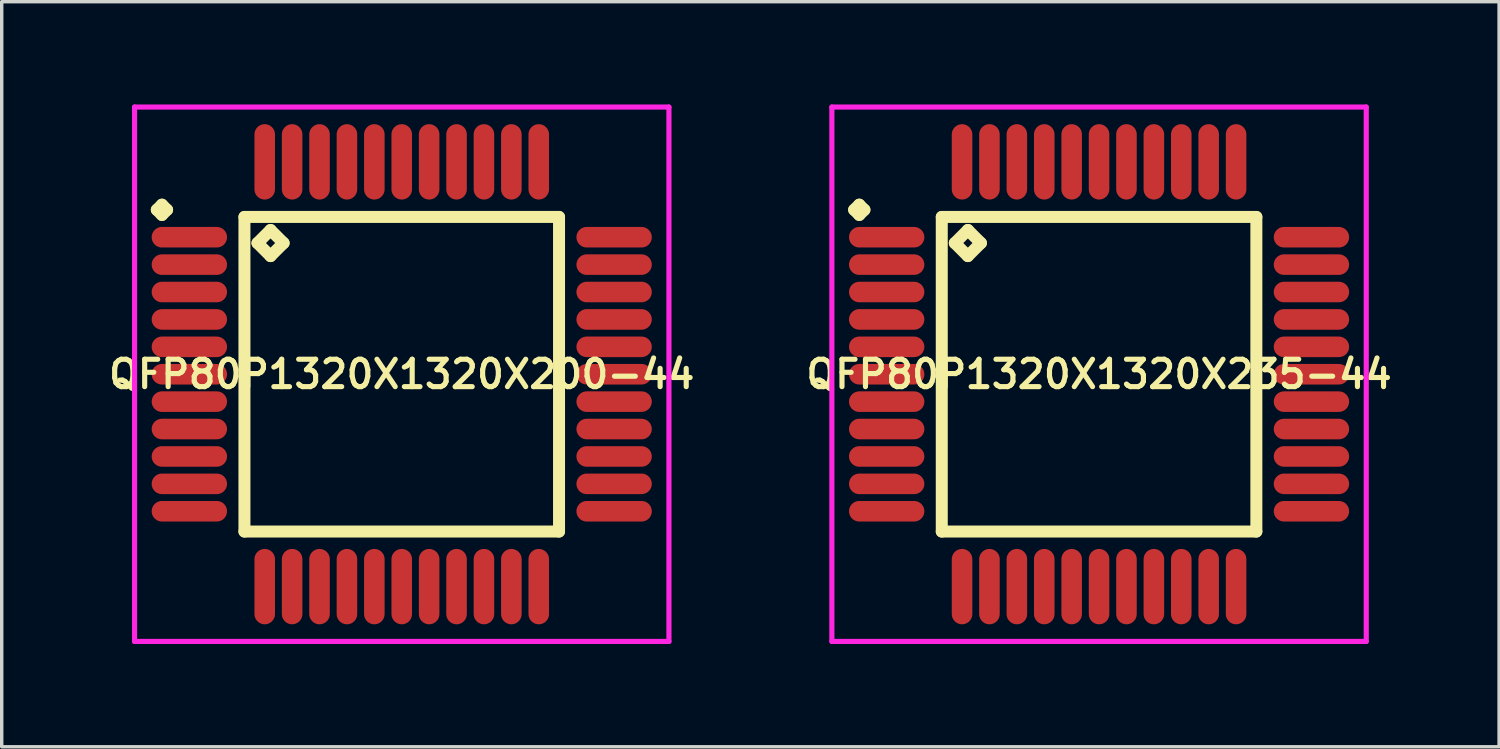
<source format=kicad_pcb>
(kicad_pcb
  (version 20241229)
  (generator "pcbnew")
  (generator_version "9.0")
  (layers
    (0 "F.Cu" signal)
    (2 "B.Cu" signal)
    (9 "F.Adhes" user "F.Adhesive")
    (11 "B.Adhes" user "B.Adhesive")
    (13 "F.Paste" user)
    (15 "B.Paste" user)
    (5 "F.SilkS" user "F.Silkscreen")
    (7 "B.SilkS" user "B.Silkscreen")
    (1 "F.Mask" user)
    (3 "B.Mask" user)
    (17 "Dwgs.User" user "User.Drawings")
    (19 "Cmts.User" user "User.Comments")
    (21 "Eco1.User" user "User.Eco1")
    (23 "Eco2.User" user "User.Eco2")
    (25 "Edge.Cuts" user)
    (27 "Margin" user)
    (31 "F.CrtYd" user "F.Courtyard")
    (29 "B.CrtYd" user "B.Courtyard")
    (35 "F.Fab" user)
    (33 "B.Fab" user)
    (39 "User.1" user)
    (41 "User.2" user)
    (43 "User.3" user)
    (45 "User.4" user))
  (footprint "QFP80P1320X1320X200-44"
    (layer "F.Cu")
    (at 8.678 7.875)
    (property "Reference" "QFP80P1320X1320X200-44" (at 0 0 0) (layer "F.SilkS") (effects (font (size 0.8 0.8) (thickness 0.15))))
    (attr smd)
    (fp_line (start -7.15 -4.8) (end -7 -4.95) (stroke (width 0.35) (type solid)) (layer "F.SilkS"))
    (fp_line (start -7 -4.95) (end -6.85 -4.8) (stroke (width 0.35) (type solid)) (layer "F.SilkS"))
    (fp_line (start -7 -4.65) (end -7.15 -4.8) (stroke (width 0.35) (type solid)) (layer "F.SilkS"))
    (fp_line (start -6.85 -4.8) (end -7 -4.65) (stroke (width 0.35) (type solid)) (layer "F.SilkS"))
    (fp_line (start -4.592 -4.592) (end -4.592 4.592) (stroke (width 0.35) (type solid)) (layer "F.SilkS"))
    (fp_line (start -4.592 4.592) (end 4.592 4.592) (stroke (width 0.35) (type solid)) (layer "F.SilkS"))
    (fp_line (start -4.211 -3.83) (end -3.83 -4.211) (stroke (width 0.35) (type solid)) (layer "F.SilkS"))
    (fp_line (start -3.83 -4.211) (end -3.449 -3.83) (stroke (width 0.35) (type solid)) (layer "F.SilkS"))
    (fp_line (start -3.83 -3.449) (end -4.211 -3.83) (stroke (width 0.35) (type solid)) (layer "F.SilkS"))
    (fp_line (start -3.449 -3.83) (end -3.83 -3.449) (stroke (width 0.35) (type solid)) (layer "F.SilkS"))
    (fp_line (start 4.592 -4.592) (end -4.592 -4.592) (stroke (width 0.35) (type solid)) (layer "F.SilkS"))
    (fp_line (start 4.592 4.592) (end 4.592 -4.592) (stroke (width 0.35) (type solid)) (layer "F.SilkS"))
    (fp_line (start -7.8 -7.8) (end 7.8 -7.8) (stroke (width 0.15) (type solid)) (layer "F.CrtYd"))
    (fp_line (start -7.8 7.8) (end -7.8 -7.8) (stroke (width 0.15) (type solid)) (layer "F.CrtYd"))
    (fp_line (start 7.8 -7.8) (end 7.8 7.8) (stroke (width 0.15) (type solid)) (layer "F.CrtYd"))
    (fp_line (start 7.8 7.8) (end -7.8 7.8) (stroke (width 0.15) (type solid)) (layer "F.CrtYd"))
    (pad "1" smd oval (at -6.2 -4) (size 2.2 0.6) (layers "F.Cu" "F.Mask" "F.Paste"))
    (pad "2" smd oval (at -6.2 -3.2) (size 2.2 0.6) (layers "F.Cu" "F.Mask" "F.Paste"))
    (pad "3" smd oval (at -6.2 -2.4) (size 2.2 0.6) (layers "F.Cu" "F.Mask" "F.Paste"))
    (pad "4" smd oval (at -6.2 -1.6) (size 2.2 0.6) (layers "F.Cu" "F.Mask" "F.Paste"))
    (pad "5" smd oval (at -6.2 -0.8) (size 2.2 0.6) (layers "F.Cu" "F.Mask" "F.Paste"))
    (pad "6" smd oval (at -6.2 0) (size 2.2 0.6) (layers "F.Cu" "F.Mask" "F.Paste"))
    (pad "7" smd oval (at -6.2 0.8) (size 2.2 0.6) (layers "F.Cu" "F.Mask" "F.Paste"))
    (pad "8" smd oval (at -6.2 1.6) (size 2.2 0.6) (layers "F.Cu" "F.Mask" "F.Paste"))
    (pad "9" smd oval (at -6.2 2.4) (size 2.2 0.6) (layers "F.Cu" "F.Mask" "F.Paste"))
    (pad "10" smd oval (at -6.2 3.2) (size 2.2 0.6) (layers "F.Cu" "F.Mask" "F.Paste"))
    (pad "11" smd oval (at -6.2 4) (size 2.2 0.6) (layers "F.Cu" "F.Mask" "F.Paste"))
    (pad "12" smd oval (at -4 6.2) (size 0.6 2.2) (layers "F.Cu" "F.Mask" "F.Paste"))
    (pad "13" smd oval (at -3.2 6.2) (size 0.6 2.2) (layers "F.Cu" "F.Mask" "F.Paste"))
    (pad "14" smd oval (at -2.4 6.2) (size 0.6 2.2) (layers "F.Cu" "F.Mask" "F.Paste"))
    (pad "15" smd oval (at -1.6 6.2) (size 0.6 2.2) (layers "F.Cu" "F.Mask" "F.Paste"))
    (pad "16" smd oval (at -0.8 6.2) (size 0.6 2.2) (layers "F.Cu" "F.Mask" "F.Paste"))
    (pad "17" smd oval (at 0 6.2) (size 0.6 2.2) (layers "F.Cu" "F.Mask" "F.Paste"))
    (pad "18" smd oval (at 0.8 6.2) (size 0.6 2.2) (layers "F.Cu" "F.Mask" "F.Paste"))
    (pad "19" smd oval (at 1.6 6.2) (size 0.6 2.2) (layers "F.Cu" "F.Mask" "F.Paste"))
    (pad "20" smd oval (at 2.4 6.2) (size 0.6 2.2) (layers "F.Cu" "F.Mask" "F.Paste"))
    (pad "21" smd oval (at 3.2 6.2) (size 0.6 2.2) (layers "F.Cu" "F.Mask" "F.Paste"))
    (pad "22" smd oval (at 4 6.2) (size 0.6 2.2) (layers "F.Cu" "F.Mask" "F.Paste"))
    (pad "23" smd oval (at 6.2 4) (size 2.2 0.6) (layers "F.Cu" "F.Mask" "F.Paste"))
    (pad "24" smd oval (at 6.2 3.2) (size 2.2 0.6) (layers "F.Cu" "F.Mask" "F.Paste"))
    (pad "25" smd oval (at 6.2 2.4) (size 2.2 0.6) (layers "F.Cu" "F.Mask" "F.Paste"))
    (pad "26" smd oval (at 6.2 1.6) (size 2.2 0.6) (layers "F.Cu" "F.Mask" "F.Paste"))
    (pad "27" smd oval (at 6.2 0.8) (size 2.2 0.6) (layers "F.Cu" "F.Mask" "F.Paste"))
    (pad "28" smd oval (at 6.2 0) (size 2.2 0.6) (layers "F.Cu" "F.Mask" "F.Paste"))
    (pad "29" smd oval (at 6.2 -0.8) (size 2.2 0.6) (layers "F.Cu" "F.Mask" "F.Paste"))
    (pad "30" smd oval (at 6.2 -1.6) (size 2.2 0.6) (layers "F.Cu" "F.Mask" "F.Paste"))
    (pad "31" smd oval (at 6.2 -2.4) (size 2.2 0.6) (layers "F.Cu" "F.Mask" "F.Paste"))
    (pad "32" smd oval (at 6.2 -3.2) (size 2.2 0.6) (layers "F.Cu" "F.Mask" "F.Paste"))
    (pad "33" smd oval (at 6.2 -4) (size 2.2 0.6) (layers "F.Cu" "F.Mask" "F.Paste"))
    (pad "34" smd oval (at 4 -6.2) (size 0.6 2.2) (layers "F.Cu" "F.Mask" "F.Paste"))
    (pad "35" smd oval (at 3.2 -6.2) (size 0.6 2.2) (layers "F.Cu" "F.Mask" "F.Paste"))
    (pad "36" smd oval (at 2.4 -6.2) (size 0.6 2.2) (layers "F.Cu" "F.Mask" "F.Paste"))
    (pad "37" smd oval (at 1.6 -6.2) (size 0.6 2.2) (layers "F.Cu" "F.Mask" "F.Paste"))
    (pad "38" smd oval (at 0.8 -6.2) (size 0.6 2.2) (layers "F.Cu" "F.Mask" "F.Paste"))
    (pad "39" smd oval (at 0 -6.2) (size 0.6 2.2) (layers "F.Cu" "F.Mask" "F.Paste"))
    (pad "40" smd oval (at -0.8 -6.2) (size 0.6 2.2) (layers "F.Cu" "F.Mask" "F.Paste"))
    (pad "41" smd oval (at -1.6 -6.2) (size 0.6 2.2) (layers "F.Cu" "F.Mask" "F.Paste"))
    (pad "42" smd oval (at -2.4 -6.2) (size 0.6 2.2) (layers "F.Cu" "F.Mask" "F.Paste"))
    (pad "43" smd oval (at -3.2 -6.2) (size 0.6 2.2) (layers "F.Cu" "F.Mask" "F.Paste"))
    (pad "44" smd oval (at -4 -6.2) (size 0.6 2.2) (layers "F.Cu" "F.Mask" "F.Paste")))
  (footprint "QFP80P1320X1320X235-44"
    (layer "F.Cu")
    (at 29.035 7.875)
    (property "Reference" "QFP80P1320X1320X235-44" (at 0 0 0) (layer "F.SilkS") (effects (font (size 0.8 0.8) (thickness 0.15))))
    (attr smd)
    (fp_line (start -7.15 -4.8) (end -7 -4.95) (stroke (width 0.35) (type solid)) (layer "F.SilkS"))
    (fp_line (start -7 -4.95) (end -6.85 -4.8) (stroke (width 0.35) (type solid)) (layer "F.SilkS"))
    (fp_line (start -7 -4.65) (end -7.15 -4.8) (stroke (width 0.35) (type solid)) (layer "F.SilkS"))
    (fp_line (start -6.85 -4.8) (end -7 -4.65) (stroke (width 0.35) (type solid)) (layer "F.SilkS"))
    (fp_line (start -4.592 -4.592) (end -4.592 4.592) (stroke (width 0.35) (type solid)) (layer "F.SilkS"))
    (fp_line (start -4.592 4.592) (end 4.592 4.592) (stroke (width 0.35) (type solid)) (layer "F.SilkS"))
    (fp_line (start -4.211 -3.83) (end -3.83 -4.211) (stroke (width 0.35) (type solid)) (layer "F.SilkS"))
    (fp_line (start -3.83 -4.211) (end -3.449 -3.83) (stroke (width 0.35) (type solid)) (layer "F.SilkS"))
    (fp_line (start -3.83 -3.449) (end -4.211 -3.83) (stroke (width 0.35) (type solid)) (layer "F.SilkS"))
    (fp_line (start -3.449 -3.83) (end -3.83 -3.449) (stroke (width 0.35) (type solid)) (layer "F.SilkS"))
    (fp_line (start 4.592 -4.592) (end -4.592 -4.592) (stroke (width 0.35) (type solid)) (layer "F.SilkS"))
    (fp_line (start 4.592 4.592) (end 4.592 -4.592) (stroke (width 0.35) (type solid)) (layer "F.SilkS"))
    (fp_line (start -7.8 -7.8) (end 7.8 -7.8) (stroke (width 0.15) (type solid)) (layer "F.CrtYd"))
    (fp_line (start -7.8 7.8) (end -7.8 -7.8) (stroke (width 0.15) (type solid)) (layer "F.CrtYd"))
    (fp_line (start 7.8 -7.8) (end 7.8 7.8) (stroke (width 0.15) (type solid)) (layer "F.CrtYd"))
    (fp_line (start 7.8 7.8) (end -7.8 7.8) (stroke (width 0.15) (type solid)) (layer "F.CrtYd"))
    (pad "1" smd oval (at -6.2 -4) (size 2.2 0.6) (layers "F.Cu" "F.Mask" "F.Paste"))
    (pad "2" smd oval (at -6.2 -3.2) (size 2.2 0.6) (layers "F.Cu" "F.Mask" "F.Paste"))
    (pad "3" smd oval (at -6.2 -2.4) (size 2.2 0.6) (layers "F.Cu" "F.Mask" "F.Paste"))
    (pad "4" smd oval (at -6.2 -1.6) (size 2.2 0.6) (layers "F.Cu" "F.Mask" "F.Paste"))
    (pad "5" smd oval (at -6.2 -0.8) (size 2.2 0.6) (layers "F.Cu" "F.Mask" "F.Paste"))
    (pad "6" smd oval (at -6.2 0) (size 2.2 0.6) (layers "F.Cu" "F.Mask" "F.Paste"))
    (pad "7" smd oval (at -6.2 0.8) (size 2.2 0.6) (layers "F.Cu" "F.Mask" "F.Paste"))
    (pad "8" smd oval (at -6.2 1.6) (size 2.2 0.6) (layers "F.Cu" "F.Mask" "F.Paste"))
    (pad "9" smd oval (at -6.2 2.4) (size 2.2 0.6) (layers "F.Cu" "F.Mask" "F.Paste"))
    (pad "10" smd oval (at -6.2 3.2) (size 2.2 0.6) (layers "F.Cu" "F.Mask" "F.Paste"))
    (pad "11" smd oval (at -6.2 4) (size 2.2 0.6) (layers "F.Cu" "F.Mask" "F.Paste"))
    (pad "12" smd oval (at -4 6.2) (size 0.6 2.2) (layers "F.Cu" "F.Mask" "F.Paste"))
    (pad "13" smd oval (at -3.2 6.2) (size 0.6 2.2) (layers "F.Cu" "F.Mask" "F.Paste"))
    (pad "14" smd oval (at -2.4 6.2) (size 0.6 2.2) (layers "F.Cu" "F.Mask" "F.Paste"))
    (pad "15" smd oval (at -1.6 6.2) (size 0.6 2.2) (layers "F.Cu" "F.Mask" "F.Paste"))
    (pad "16" smd oval (at -0.8 6.2) (size 0.6 2.2) (layers "F.Cu" "F.Mask" "F.Paste"))
    (pad "17" smd oval (at 0 6.2) (size 0.6 2.2) (layers "F.Cu" "F.Mask" "F.Paste"))
    (pad "18" smd oval (at 0.8 6.2) (size 0.6 2.2) (layers "F.Cu" "F.Mask" "F.Paste"))
    (pad "19" smd oval (at 1.6 6.2) (size 0.6 2.2) (layers "F.Cu" "F.Mask" "F.Paste"))
    (pad "20" smd oval (at 2.4 6.2) (size 0.6 2.2) (layers "F.Cu" "F.Mask" "F.Paste"))
    (pad "21" smd oval (at 3.2 6.2) (size 0.6 2.2) (layers "F.Cu" "F.Mask" "F.Paste"))
    (pad "22" smd oval (at 4 6.2) (size 0.6 2.2) (layers "F.Cu" "F.Mask" "F.Paste"))
    (pad "23" smd oval (at 6.2 4) (size 2.2 0.6) (layers "F.Cu" "F.Mask" "F.Paste"))
    (pad "24" smd oval (at 6.2 3.2) (size 2.2 0.6) (layers "F.Cu" "F.Mask" "F.Paste"))
    (pad "25" smd oval (at 6.2 2.4) (size 2.2 0.6) (layers "F.Cu" "F.Mask" "F.Paste"))
    (pad "26" smd oval (at 6.2 1.6) (size 2.2 0.6) (layers "F.Cu" "F.Mask" "F.Paste"))
    (pad "27" smd oval (at 6.2 0.8) (size 2.2 0.6) (layers "F.Cu" "F.Mask" "F.Paste"))
    (pad "28" smd oval (at 6.2 0) (size 2.2 0.6) (layers "F.Cu" "F.Mask" "F.Paste"))
    (pad "29" smd oval (at 6.2 -0.8) (size 2.2 0.6) (layers "F.Cu" "F.Mask" "F.Paste"))
    (pad "30" smd oval (at 6.2 -1.6) (size 2.2 0.6) (layers "F.Cu" "F.Mask" "F.Paste"))
    (pad "31" smd oval (at 6.2 -2.4) (size 2.2 0.6) (layers "F.Cu" "F.Mask" "F.Paste"))
    (pad "32" smd oval (at 6.2 -3.2) (size 2.2 0.6) (layers "F.Cu" "F.Mask" "F.Paste"))
    (pad "33" smd oval (at 6.2 -4) (size 2.2 0.6) (layers "F.Cu" "F.Mask" "F.Paste"))
    (pad "34" smd oval (at 4 -6.2) (size 0.6 2.2) (layers "F.Cu" "F.Mask" "F.Paste"))
    (pad "35" smd oval (at 3.2 -6.2) (size 0.6 2.2) (layers "F.Cu" "F.Mask" "F.Paste"))
    (pad "36" smd oval (at 2.4 -6.2) (size 0.6 2.2) (layers "F.Cu" "F.Mask" "F.Paste"))
    (pad "37" smd oval (at 1.6 -6.2) (size 0.6 2.2) (layers "F.Cu" "F.Mask" "F.Paste"))
    (pad "38" smd oval (at 0.8 -6.2) (size 0.6 2.2) (layers "F.Cu" "F.Mask" "F.Paste"))
    (pad "39" smd oval (at 0 -6.2) (size 0.6 2.2) (layers "F.Cu" "F.Mask" "F.Paste"))
    (pad "40" smd oval (at -0.8 -6.2) (size 0.6 2.2) (layers "F.Cu" "F.Mask" "F.Paste"))
    (pad "41" smd oval (at -1.6 -6.2) (size 0.6 2.2) (layers "F.Cu" "F.Mask" "F.Paste"))
    (pad "42" smd oval (at -2.4 -6.2) (size 0.6 2.2) (layers "F.Cu" "F.Mask" "F.Paste"))
    (pad "43" smd oval (at -3.2 -6.2) (size 0.6 2.2) (layers "F.Cu" "F.Mask" "F.Paste"))
    (pad "44" smd oval (at -4 -6.2) (size 0.6 2.2) (layers "F.Cu" "F.Mask" "F.Paste")))
  (gr_rect
    (start -3 -3)
    (end 40.713 18.75)
    (stroke (width 0.1) (type default))
    (fill no)
    (layer "Edge.Cuts")))
</source>
